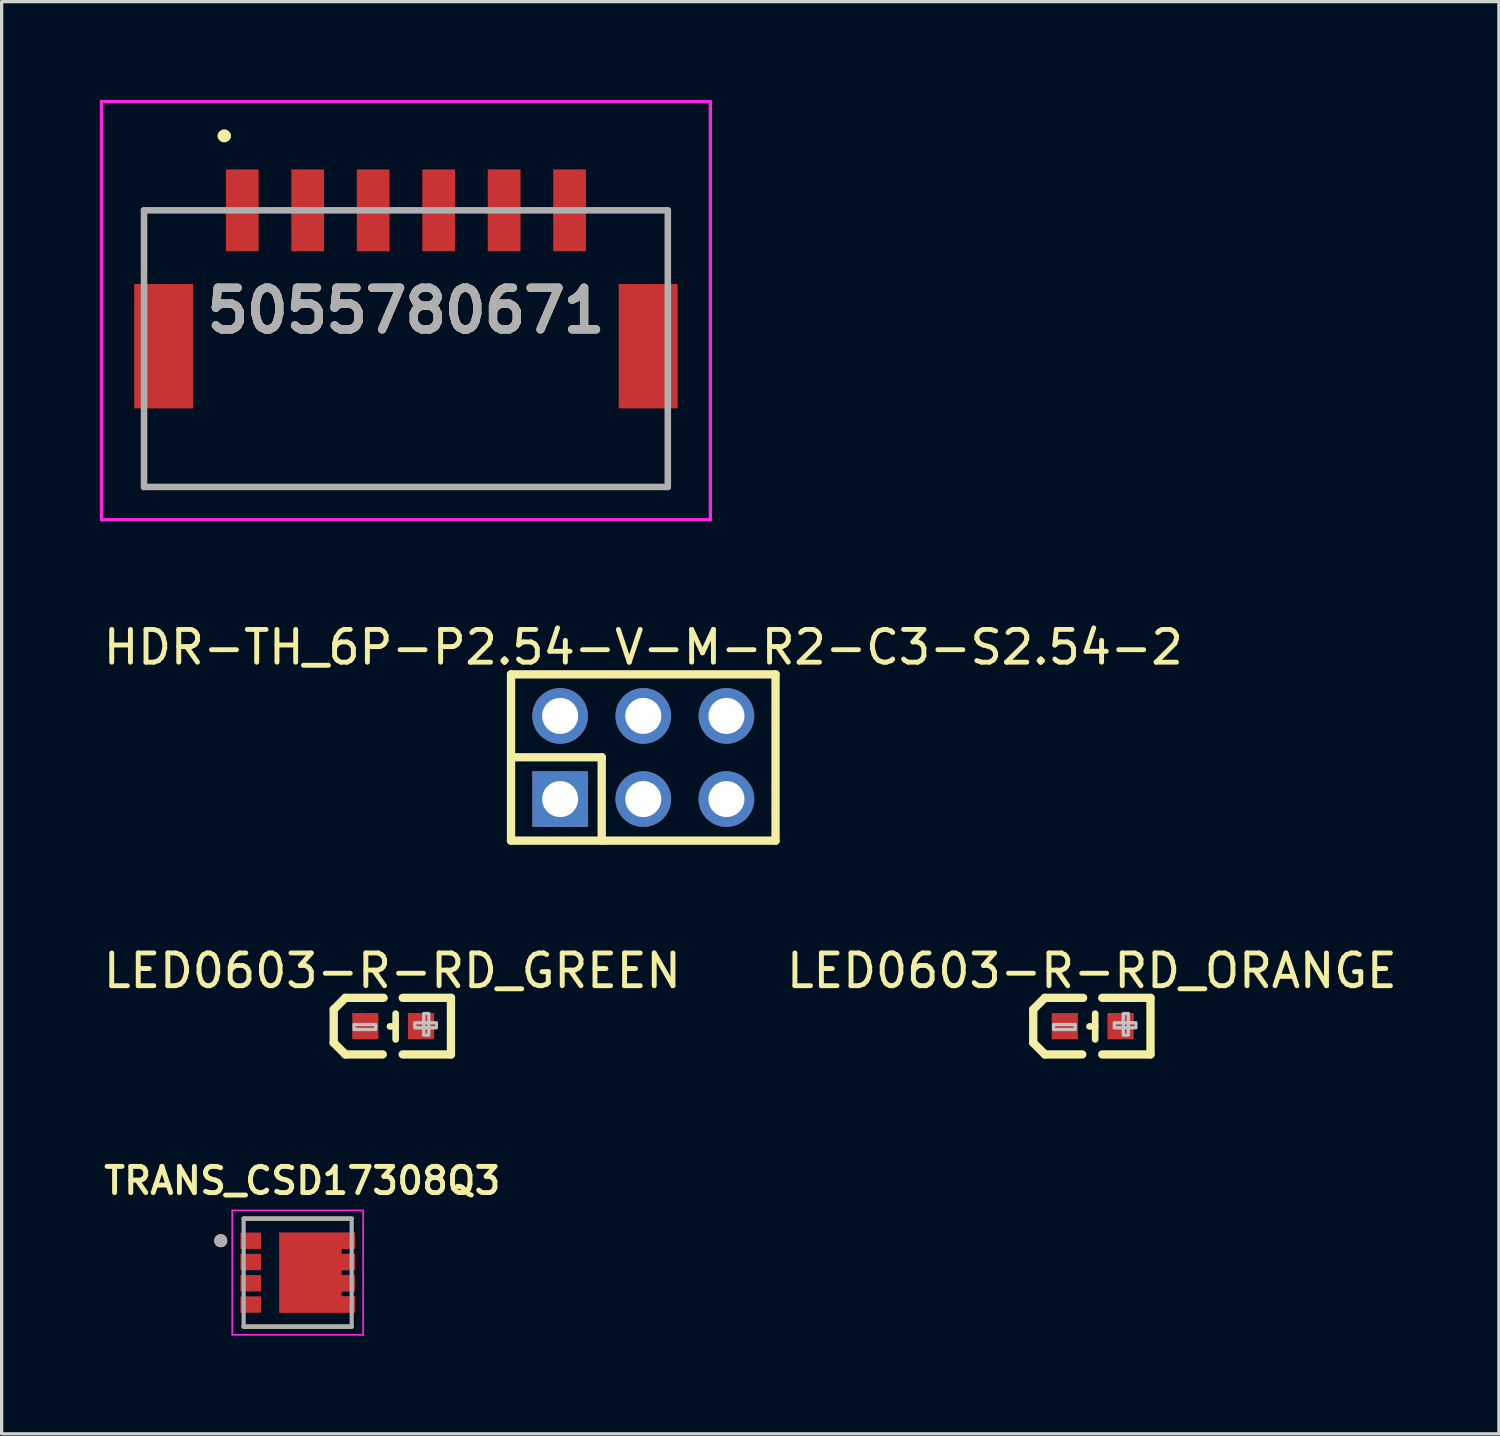
<source format=kicad_pcb>
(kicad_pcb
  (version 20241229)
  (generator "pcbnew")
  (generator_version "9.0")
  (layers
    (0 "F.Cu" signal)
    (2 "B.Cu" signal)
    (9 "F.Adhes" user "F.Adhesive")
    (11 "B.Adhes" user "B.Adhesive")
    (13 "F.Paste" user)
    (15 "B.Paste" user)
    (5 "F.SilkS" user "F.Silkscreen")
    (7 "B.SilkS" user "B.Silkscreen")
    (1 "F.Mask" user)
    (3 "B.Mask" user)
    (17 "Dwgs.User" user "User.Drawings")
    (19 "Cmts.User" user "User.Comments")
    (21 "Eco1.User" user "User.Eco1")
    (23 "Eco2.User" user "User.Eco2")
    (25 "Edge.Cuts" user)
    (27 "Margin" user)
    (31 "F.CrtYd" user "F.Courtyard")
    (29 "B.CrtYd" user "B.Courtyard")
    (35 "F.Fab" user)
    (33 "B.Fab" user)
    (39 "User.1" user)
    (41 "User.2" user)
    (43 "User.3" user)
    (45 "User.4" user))
  (footprint "LED0603-R-RD_ORANGE"
    (layer "F.Cu")
    (at 30.329 28.296)
    (property "Reference" "LED0603-R-RD_ORANGE" (at -0.025 -1.69 180) (layer "F.SilkS") (effects (font (size 1 1) (thickness 0.15))))
    (fp_line (start -1.816 -0.508) (end -1.46 -0.864) (stroke (width 0.254) (type default)) (layer "F.SilkS"))
    (fp_line (start -1.816 0.508) (end -1.816 -0.508) (stroke (width 0.254) (type default)) (layer "F.SilkS"))
    (fp_line (start -1.46 0.864) (end -1.816 0.508) (stroke (width 0.254) (type default)) (layer "F.SilkS"))
    (fp_line (start -0.318 0.864) (end -1.46 0.864) (stroke (width 0.254) (type default)) (layer "F.SilkS"))
    (fp_line (start -0.292 -0.864) (end -1.46 -0.864) (stroke (width 0.254) (type default)) (layer "F.SilkS"))
    (fp_line (start 0.076 0.008) (end -0.099 0.008) (stroke (width 0.203) (type default)) (layer "F.SilkS"))
    (fp_line (start 0.076 0.406) (end 0.076 -0.381) (stroke (width 0.203) (type default)) (layer "F.SilkS"))
    (fp_line (start 1.766 -0.864) (end 0.292 -0.864) (stroke (width 0.254) (type default)) (layer "F.SilkS"))
    (fp_line (start 1.766 0.864) (end 0.292 0.864) (stroke (width 0.254) (type default)) (layer "F.SilkS"))
    (fp_line (start 1.766 0.864) (end 1.766 -0.864) (stroke (width 0.254) (type default)) (layer "F.SilkS"))
    (fp_poly (pts (xy -1.194 -0.05) (xy -0.533 -0.05) (xy -0.533 0.103) (xy -1.194 0.103)) (stroke (width 0.1) (type default)) (fill no) (layer "Dwgs.User"))
    (fp_poly (pts (xy 0.66 -0.102) (xy 1.321 -0.102) (xy 1.321 0.051) (xy 0.66 0.051)) (stroke (width 0.1) (type default)) (fill no) (layer "Dwgs.User"))
    (fp_poly (pts (xy 0.935 0.275) (xy 0.935 -0.385) (xy 1.088 -0.385) (xy 1.088 0.275)) (stroke (width 0.1) (type default)) (fill no) (layer "Dwgs.User"))
    (fp_poly (pts (xy -0.8 0.4) (xy -0.8 -0.4) (xy -0.5 -0.4) (xy -0.5 0.4)) (stroke (width 0.1) (type default)) (fill no) (layer "User.1"))
    (fp_poly (pts (xy 0.8 -0.4) (xy 0.8 0.4) (xy 0.5 0.4) (xy 0.5 -0.4)) (stroke (width 0.1) (type default)) (fill no) (layer "User.1"))
    (fp_line (start -0.8 -0.4) (end 0.8 -0.4) (stroke (width 0.051) (type default)) (layer "User.2"))
    (fp_line (start -0.8 0.4) (end -0.8 -0.4) (stroke (width 0.051) (type default)) (layer "User.2"))
    (fp_line (start 0.8 -0.4) (end 0.8 0.4) (stroke (width 0.051) (type default)) (layer "User.2"))
    (fp_line (start 0.8 0.4) (end -0.8 0.4) (stroke (width 0.051) (type default)) (layer "User.2"))
    (fp_poly (pts (xy 0.855 -0.423) (xy 0.823 -0.455) (xy 0.777 -0.455) (xy 0.745 -0.423) (xy 0.745 -0.377) (xy 0.777 -0.345) (xy 0.823 -0.345) (xy 0.855 -0.377)) (stroke (width 0.1) (type default)) (fill no) (layer "User.3"))
    (pad "1" smd rect (at 0.851 0 90) (size 0.8 0.8) (layers "F.Cu" "F.Mask" "F.Paste"))
    (pad "2" smd rect (at -0.851 0 90) (size 0.8 0.8) (layers "F.Cu" "F.Mask" "F.Paste")))
  (footprint "TRANS_CSD17308Q3"
    (layer "F.Cu")
    (at 6.043 35.826)
    (property "Reference" "TRANS_CSD17308Q3" (at 0.14 -2.808 180) (layer "F.SilkS") (effects (font (size 0.8 0.8) (thickness 0.15))))
    (attr smd)
    (fp_poly (pts (xy -1.8 -1.275) (xy -1.07 -1.275) (xy -1.07 -0.675) (xy -1.8 -0.675)) (stroke (width 0.01) (type solid)) (fill yes) (layer "F.Mask"))
    (fp_poly (pts (xy -1.8 -0.625) (xy -1.07 -0.625) (xy -1.07 -0.025) (xy -1.8 -0.025)) (stroke (width 0.01) (type solid)) (fill yes) (layer "F.Mask"))
    (fp_poly (pts (xy -1.8 0.025) (xy -1.07 0.025) (xy -1.07 0.625) (xy -1.8 0.625)) (stroke (width 0.01) (type solid)) (fill yes) (layer "F.Mask"))
    (fp_poly (pts (xy -1.8 0.675) (xy -1.07 0.675) (xy -1.07 1.275) (xy -1.8 1.275)) (stroke (width 0.01) (type solid)) (fill yes) (layer "F.Mask"))
    (fp_poly (pts (xy 1.8 -1.275) (xy 1.8 -0.675) (xy 1.39 -0.675) (xy 1.39 -0.625) (xy 1.8 -0.625) (xy 1.8 -0.025) (xy 1.39 -0.025) (xy 1.39 0.025) (xy 1.8 0.025) (xy 1.8 0.625) (xy 1.39 0.625) (xy 1.39 0.675) (xy 1.8 0.675) (xy 1.8 1.275) (xy -0.61 1.275) (xy -0.61 -1.275)) (stroke (width 0.01) (type solid)) (fill yes) (layer "F.Mask"))
    (fp_line (start -1.65 -1.65) (end 1.65 -1.65) (stroke (width 0.127) (type solid)) (layer "F.SilkS"))
    (fp_line (start -1.65 1.65) (end 1.65 1.65) (stroke (width 0.127) (type solid)) (layer "F.SilkS"))
    (fp_circle (center -2.35 -0.975) (end -2.25 -0.975) (stroke (width 0.2) (type solid)) (fill no) (layer "F.SilkS"))
    (fp_poly (pts (xy -1.66 -1.145) (xy -1.21 -1.145) (xy -1.21 -0.805) (xy -1.66 -0.805)) (stroke (width 0.01) (type solid)) (fill yes) (layer "F.Paste"))
    (fp_poly (pts (xy -1.66 -0.495) (xy -1.21 -0.495) (xy -1.21 -0.155) (xy -1.66 -0.155)) (stroke (width 0.01) (type solid)) (fill yes) (layer "F.Paste"))
    (fp_poly (pts (xy -1.66 0.155) (xy -1.21 0.155) (xy -1.21 0.495) (xy -1.66 0.495)) (stroke (width 0.01) (type solid)) (fill yes) (layer "F.Paste"))
    (fp_poly (pts (xy -1.66 0.805) (xy -1.21 0.805) (xy -1.21 1.145) (xy -1.66 1.145)) (stroke (width 0.01) (type solid)) (fill yes) (layer "F.Paste"))
    (fp_poly (pts (xy -0.46 -1.145) (xy 0.985 -1.145) (xy 0.985 -0.125) (xy -0.46 -0.125)) (stroke (width 0.01) (type solid)) (fill yes) (layer "F.Paste"))
    (fp_poly (pts (xy -0.46 0.125) (xy 0.985 0.125) (xy 0.985 1.145) (xy -0.46 1.145)) (stroke (width 0.01) (type solid)) (fill yes) (layer "F.Paste"))
    (fp_poly (pts (xy 1.21 -1.145) (xy 1.66 -1.145) (xy 1.66 -0.805) (xy 1.21 -0.805)) (stroke (width 0.01) (type solid)) (fill yes) (layer "F.Paste"))
    (fp_poly (pts (xy 1.21 -0.495) (xy 1.66 -0.495) (xy 1.66 -0.155) (xy 1.21 -0.155)) (stroke (width 0.01) (type solid)) (fill yes) (layer "F.Paste"))
    (fp_poly (pts (xy 1.21 0.155) (xy 1.66 0.155) (xy 1.66 0.495) (xy 1.21 0.495)) (stroke (width 0.01) (type solid)) (fill yes) (layer "F.Paste"))
    (fp_poly (pts (xy 1.21 0.805) (xy 1.66 0.805) (xy 1.66 1.145) (xy 1.21 1.145)) (stroke (width 0.01) (type solid)) (fill yes) (layer "F.Paste"))
    (fp_line (start -2 -1.9) (end 2 -1.9) (stroke (width 0.05) (type solid)) (layer "F.CrtYd"))
    (fp_line (start -2 1.9) (end -2 -1.9) (stroke (width 0.05) (type solid)) (layer "F.CrtYd"))
    (fp_line (start 2 -1.9) (end 2 1.9) (stroke (width 0.05) (type solid)) (layer "F.CrtYd"))
    (fp_line (start 2 1.9) (end -2 1.9) (stroke (width 0.05) (type solid)) (layer "F.CrtYd"))
    (fp_line (start -1.65 -1.65) (end 1.65 -1.65) (stroke (width 0.127) (type solid)) (layer "F.Fab"))
    (fp_line (start -1.65 1.65) (end -1.65 -1.65) (stroke (width 0.127) (type solid)) (layer "F.Fab"))
    (fp_line (start 1.65 -1.65) (end 1.65 1.65) (stroke (width 0.127) (type solid)) (layer "F.Fab"))
    (fp_line (start 1.65 1.65) (end -1.65 1.65) (stroke (width 0.127) (type solid)) (layer "F.Fab"))
    (fp_circle (center -2.35 -0.975) (end -2.25 -0.975) (stroke (width 0.2) (type solid)) (fill no) (layer "F.Fab"))
    (pad "1" smd rect (at -1.435 0.975) (size 0.63 0.5) (layers "F.Cu"))
    (pad "2" smd rect (at -1.435 -0.975) (size 0.63 0.5) (layers "F.Cu"))
    (pad "2" smd rect (at -1.435 -0.325) (size 0.63 0.5) (layers "F.Cu"))
    (pad "2" smd rect (at -1.435 0.325) (size 0.63 0.5) (layers "F.Cu"))
    (pad "3" smd custom (at 0 0) (size 0.63 0.5) (layers "F.Cu") (options (anchor rect)) (primitives (gr_poly (pts (xy 1.75 -1.225) (xy 1.75 -0.725) (xy 1.34 -0.725) (xy 1.34 -0.575) (xy 1.75 -0.575) (xy 1.75 -0.075) (xy 1.34 -0.075) (xy 1.34 0.075) (xy 1.75 0.075) (xy 1.75 0.575) (xy 1.34 0.575) (xy 1.34 0.725) (xy 1.75 0.725) (xy 1.75 1.225) (xy -0.56 1.225) (xy -0.56 -1.225)) (width 0.01) (fill yes)))))
  (footprint "LED0603-R-RD_GREEN"
    (layer "F.Cu")
    (at 8.96 28.296)
    (property "Reference" "LED0603-R-RD_GREEN" (at -0.025 -1.69 180) (layer "F.SilkS") (effects (font (size 1 1) (thickness 0.15))))
    (fp_line (start -1.816 -0.508) (end -1.46 -0.864) (stroke (width 0.254) (type default)) (layer "F.SilkS"))
    (fp_line (start -1.816 0.508) (end -1.816 -0.508) (stroke (width 0.254) (type default)) (layer "F.SilkS"))
    (fp_line (start -1.46 0.864) (end -1.816 0.508) (stroke (width 0.254) (type default)) (layer "F.SilkS"))
    (fp_line (start -0.318 0.864) (end -1.46 0.864) (stroke (width 0.254) (type default)) (layer "F.SilkS"))
    (fp_line (start -0.292 -0.864) (end -1.46 -0.864) (stroke (width 0.254) (type default)) (layer "F.SilkS"))
    (fp_line (start 0.076 0.008) (end -0.099 0.008) (stroke (width 0.203) (type default)) (layer "F.SilkS"))
    (fp_line (start 0.076 0.406) (end 0.076 -0.381) (stroke (width 0.203) (type default)) (layer "F.SilkS"))
    (fp_line (start 1.766 -0.864) (end 0.292 -0.864) (stroke (width 0.254) (type default)) (layer "F.SilkS"))
    (fp_line (start 1.766 0.864) (end 0.292 0.864) (stroke (width 0.254) (type default)) (layer "F.SilkS"))
    (fp_line (start 1.766 0.864) (end 1.766 -0.864) (stroke (width 0.254) (type default)) (layer "F.SilkS"))
    (fp_poly (pts (xy -1.194 -0.05) (xy -0.533 -0.05) (xy -0.533 0.103) (xy -1.194 0.103)) (stroke (width 0.1) (type default)) (fill no) (layer "Dwgs.User"))
    (fp_poly (pts (xy 0.66 -0.102) (xy 1.321 -0.102) (xy 1.321 0.051) (xy 0.66 0.051)) (stroke (width 0.1) (type default)) (fill no) (layer "Dwgs.User"))
    (fp_poly (pts (xy 0.935 0.275) (xy 0.935 -0.385) (xy 1.088 -0.385) (xy 1.088 0.275)) (stroke (width 0.1) (type default)) (fill no) (layer "Dwgs.User"))
    (fp_poly (pts (xy -0.8 0.4) (xy -0.8 -0.4) (xy -0.5 -0.4) (xy -0.5 0.4)) (stroke (width 0.1) (type default)) (fill no) (layer "User.1"))
    (fp_poly (pts (xy 0.8 -0.4) (xy 0.8 0.4) (xy 0.5 0.4) (xy 0.5 -0.4)) (stroke (width 0.1) (type default)) (fill no) (layer "User.1"))
    (fp_line (start -0.8 -0.4) (end 0.8 -0.4) (stroke (width 0.051) (type default)) (layer "User.2"))
    (fp_line (start -0.8 0.4) (end -0.8 -0.4) (stroke (width 0.051) (type default)) (layer "User.2"))
    (fp_line (start 0.8 -0.4) (end 0.8 0.4) (stroke (width 0.051) (type default)) (layer "User.2"))
    (fp_line (start 0.8 0.4) (end -0.8 0.4) (stroke (width 0.051) (type default)) (layer "User.2"))
    (fp_poly (pts (xy 0.855 -0.423) (xy 0.823 -0.455) (xy 0.777 -0.455) (xy 0.745 -0.423) (xy 0.745 -0.377) (xy 0.777 -0.345) (xy 0.823 -0.345) (xy 0.855 -0.377)) (stroke (width 0.1) (type default)) (fill no) (layer "User.3"))
    (pad "1" smd rect (at 0.851 0 90) (size 0.8 0.8) (layers "F.Cu" "F.Mask" "F.Paste"))
    (pad "2" smd rect (at -0.851 0 90) (size 0.8 0.8) (layers "F.Cu" "F.Mask" "F.Paste")))
  (footprint "5055780671"
    (layer "F.Cu")
    (at 9.35 7.6)
    (property "Reference" "5055780671" (at 0 -1.163 0) (layer "F.SilkS") (effects (font (size 1.27 1.27) (thickness 0.254))))
    (attr smd)
    (fp_line (start -8 -4.225) (end -8 -2.725) (stroke (width 0.1) (type solid)) (layer "F.SilkS"))
    (fp_line (start -8 3.395) (end -8 4.225) (stroke (width 0.1) (type solid)) (layer "F.SilkS"))
    (fp_line (start -8 4.225) (end 8 4.225) (stroke (width 0.1) (type solid)) (layer "F.SilkS"))
    (fp_line (start -6 -4.225) (end -8 -4.225) (stroke (width 0.1) (type solid)) (layer "F.SilkS"))
    (fp_line (start -5.6 -6.5) (end -5.6 -6.5) (stroke (width 0.3) (type solid)) (layer "F.SilkS"))
    (fp_line (start -5.5 -6.5) (end -5.5 -6.5) (stroke (width 0.3) (type solid)) (layer "F.SilkS"))
    (fp_line (start 6.5 -4.225) (end 8 -4.225) (stroke (width 0.1) (type solid)) (layer "F.SilkS"))
    (fp_line (start 8 -4.225) (end 8 -2.725) (stroke (width 0.1) (type solid)) (layer "F.SilkS"))
    (fp_line (start 8 4.225) (end 8 3.395) (stroke (width 0.1) (type solid)) (layer "F.SilkS"))
    (fp_arc (start -5.6 -6.5) (mid -5.55 -6.55) (end -5.5 -6.5) (stroke (width 0.3) (type solid)) (layer "F.SilkS"))
    (fp_arc (start -5.5 -6.5) (mid -5.55 -6.45) (end -5.6 -6.5) (stroke (width 0.3) (type solid)) (layer "F.SilkS"))
    (fp_line (start -9.3 -7.55) (end 9.3 -7.55) (stroke (width 0.1) (type solid)) (layer "F.CrtYd"))
    (fp_line (start -9.3 5.225) (end -9.3 -7.55) (stroke (width 0.1) (type solid)) (layer "F.CrtYd"))
    (fp_line (start 9.3 -7.55) (end 9.3 5.225) (stroke (width 0.1) (type solid)) (layer "F.CrtYd"))
    (fp_line (start 9.3 5.225) (end -9.3 5.225) (stroke (width 0.1) (type solid)) (layer "F.CrtYd"))
    (fp_line (start -8 -4.225) (end 8 -4.225) (stroke (width 0.2) (type solid)) (layer "F.Fab"))
    (fp_line (start -8 4.225) (end -8 -4.225) (stroke (width 0.2) (type solid)) (layer "F.Fab"))
    (fp_line (start 8 -4.225) (end 8 4.225) (stroke (width 0.2) (type solid)) (layer "F.Fab"))
    (fp_line (start 8 4.225) (end -8 4.225) (stroke (width 0.2) (type solid)) (layer "F.Fab"))
    (fp_text user "${REFERENCE}" (at 0 -1.163 0) (layer "F.Fab") (effects (font (size 1.27 1.27) (thickness 0.254))))
    (pad "1" smd rect (at -5 -4.225) (size 1 2.5) (layers "F.Cu" "F.Mask" "F.Paste"))
    (pad "2" smd rect (at -3 -4.225) (size 1 2.5) (layers "F.Cu" "F.Mask" "F.Paste"))
    (pad "3" smd rect (at -1 -4.225) (size 1 2.5) (layers "F.Cu" "F.Mask" "F.Paste"))
    (pad "4" smd rect (at 1 -4.225) (size 1 2.5) (layers "F.Cu" "F.Mask" "F.Paste"))
    (pad "5" smd rect (at 3 -4.225) (size 1 2.5) (layers "F.Cu" "F.Mask" "F.Paste"))
    (pad "6" smd rect (at 5 -4.225) (size 1 2.5) (layers "F.Cu" "F.Mask" "F.Paste"))
    (pad "MP1" smd rect (at 7.4 -0.075) (size 1.8 3.8) (layers "F.Cu" "F.Mask" "F.Paste"))
    (pad "MP2" smd rect (at -7.4 -0.075) (size 1.8 3.8) (layers "F.Cu" "F.Mask" "F.Paste")))
  (footprint "HDR-TH_6P-P2.54-V-M-R2-C3-S2.54-2"
    (layer "F.Cu")
    (at 16.601 20.09)
    (property "Reference" "HDR-TH_6P-P2.54-V-M-R2-C3-S2.54-2" (at 0 -3.367 0) (layer "F.SilkS") (effects (font (size 1 1) (thickness 0.15))))
    (fp_line (start -4.04 -2.54) (end -4.04 2.54) (stroke (width 0.254) (type default)) (layer "F.SilkS"))
    (fp_line (start -4.04 -2.54) (end 4.04 -2.54) (stroke (width 0.254) (type default)) (layer "F.SilkS"))
    (fp_line (start -4.04 -0.007) (end -1.27 -0.007) (stroke (width 0.254) (type default)) (layer "F.SilkS"))
    (fp_line (start -4.04 2.54) (end 4.04 2.54) (stroke (width 0.254) (type default)) (layer "F.SilkS"))
    (fp_line (start -1.27 -0.007) (end -1.27 2.54) (stroke (width 0.254) (type default)) (layer "F.SilkS"))
    (fp_line (start 4.04 -2.54) (end 4.04 2.54) (stroke (width 0.254) (type default)) (layer "F.SilkS"))
    (fp_poly (pts (xy -2.86 -1.59) (xy -2.22 -1.59) (xy -2.22 -0.95) (xy -2.86 -0.95)) (stroke (width 0.1) (type default)) (fill no) (layer "User.1"))
    (fp_poly (pts (xy -2.86 0.95) (xy -2.22 0.95) (xy -2.22 1.59) (xy -2.86 1.59)) (stroke (width 0.1) (type default)) (fill no) (layer "User.1"))
    (fp_poly (pts (xy -0.32 -1.59) (xy 0.32 -1.59) (xy 0.32 -0.95) (xy -0.32 -0.95)) (stroke (width 0.1) (type default)) (fill no) (layer "User.1"))
    (fp_poly (pts (xy -0.32 0.95) (xy 0.32 0.95) (xy 0.32 1.59) (xy -0.32 1.59)) (stroke (width 0.1) (type default)) (fill no) (layer "User.1"))
    (fp_poly (pts (xy 2.22 -1.59) (xy 2.86 -1.59) (xy 2.86 -0.95) (xy 2.22 -0.95)) (stroke (width 0.1) (type default)) (fill no) (layer "User.1"))
    (fp_poly (pts (xy 2.22 0.95) (xy 2.86 0.95) (xy 2.86 1.59) (xy 2.22 1.59)) (stroke (width 0.1) (type default)) (fill no) (layer "User.1"))
    (fp_line (start -3.81 -2.5) (end 3.81 -2.5) (stroke (width 0.051) (type default)) (layer "User.2"))
    (fp_line (start -3.81 2.5) (end -3.81 -2.5) (stroke (width 0.051) (type default)) (layer "User.2"))
    (fp_line (start 3.81 -2.5) (end 3.81 2.5) (stroke (width 0.051) (type default)) (layer "User.2"))
    (fp_line (start 3.81 2.5) (end -3.81 2.5) (stroke (width 0.051) (type default)) (layer "User.2"))
    (fp_poly (pts (xy -3.755 2.477) (xy -3.787 2.445) (xy -3.833 2.445) (xy -3.865 2.477) (xy -3.865 2.523) (xy -3.833 2.555) (xy -3.787 2.555) (xy -3.755 2.523)) (stroke (width 0.1) (type default)) (fill no) (layer "User.3"))
    (pad "1" thru_hole rect (at -2.54 1.27) (size 1.7 1.7) (drill 1.1) (layers "*.Cu" "*.Mask"))
    (pad "2" thru_hole circle (at -2.54 -1.27) (size 1.7 1.7) (drill 1.1) (layers "*.Cu" "*.Mask"))
    (pad "3" thru_hole circle (at 0 1.27) (size 1.7 1.7) (drill 1.1) (layers "*.Cu" "*.Mask"))
    (pad "4" thru_hole circle (at 0 -1.27) (size 1.7 1.7) (drill 1.1) (layers "*.Cu" "*.Mask"))
    (pad "5" thru_hole circle (at 2.54 1.27) (size 1.7 1.7) (drill 1.1) (layers "*.Cu" "*.Mask"))
    (pad "6" thru_hole circle (at 2.54 -1.27) (size 1.7 1.7) (drill 1.1) (layers "*.Cu" "*.Mask")))
  (gr_rect
    (start -3 -3)
    (end 42.738 40.751)
    (stroke (width 0.1) (type default))
    (fill no)
    (layer "Edge.Cuts")))
</source>
